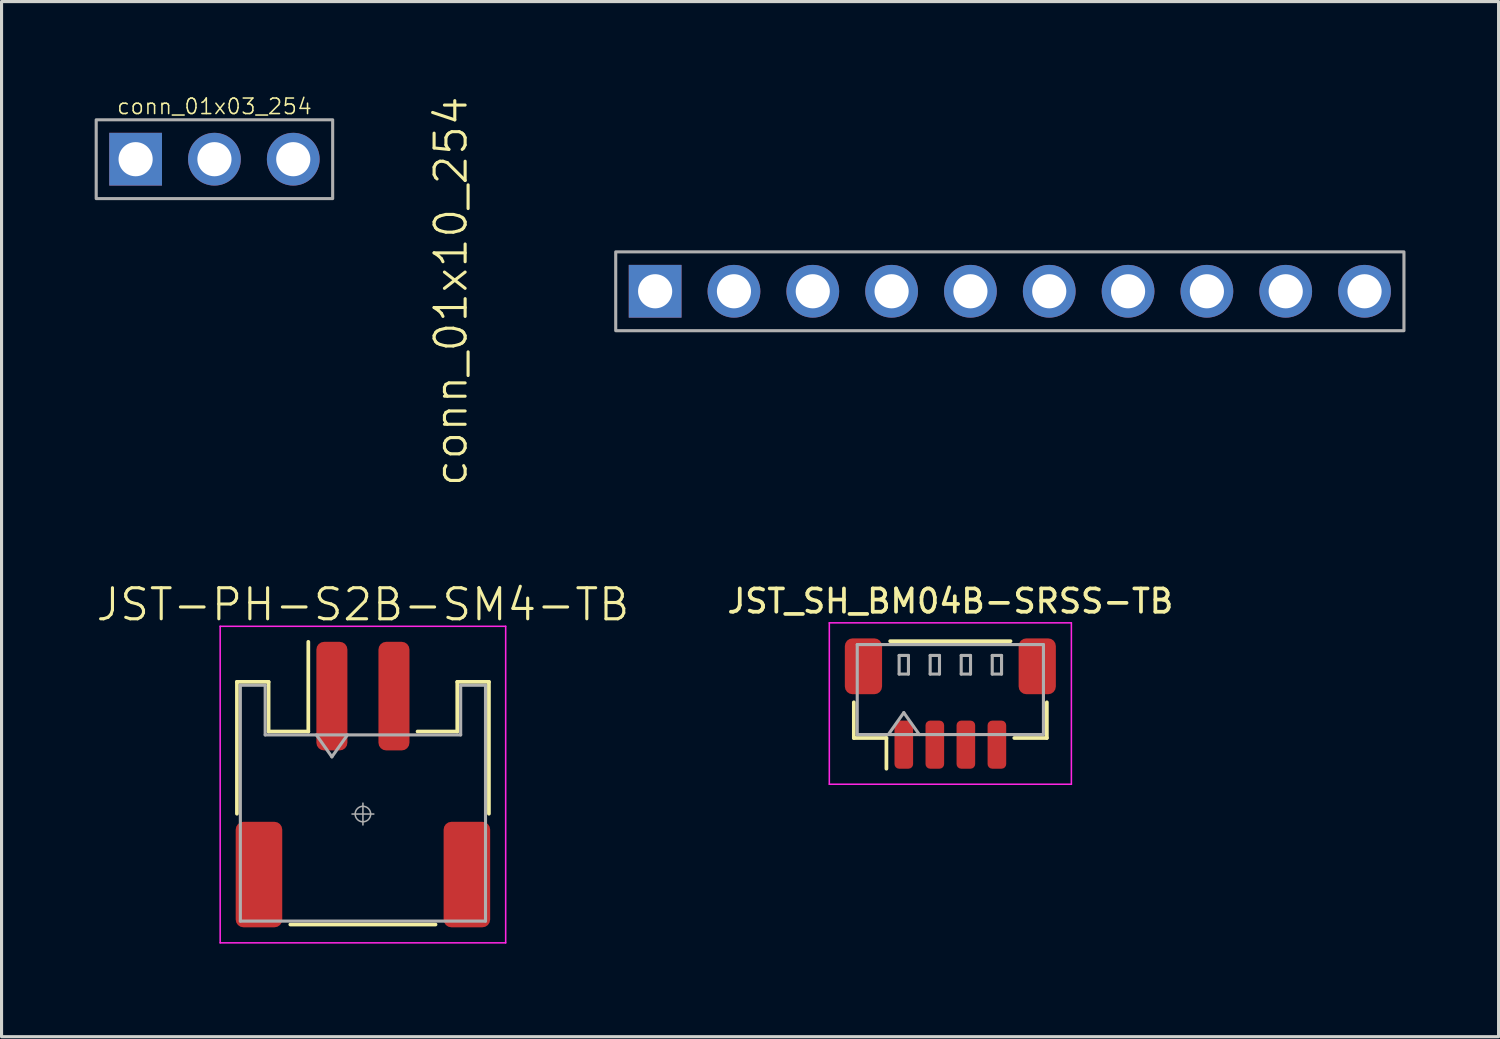
<source format=kicad_pcb>
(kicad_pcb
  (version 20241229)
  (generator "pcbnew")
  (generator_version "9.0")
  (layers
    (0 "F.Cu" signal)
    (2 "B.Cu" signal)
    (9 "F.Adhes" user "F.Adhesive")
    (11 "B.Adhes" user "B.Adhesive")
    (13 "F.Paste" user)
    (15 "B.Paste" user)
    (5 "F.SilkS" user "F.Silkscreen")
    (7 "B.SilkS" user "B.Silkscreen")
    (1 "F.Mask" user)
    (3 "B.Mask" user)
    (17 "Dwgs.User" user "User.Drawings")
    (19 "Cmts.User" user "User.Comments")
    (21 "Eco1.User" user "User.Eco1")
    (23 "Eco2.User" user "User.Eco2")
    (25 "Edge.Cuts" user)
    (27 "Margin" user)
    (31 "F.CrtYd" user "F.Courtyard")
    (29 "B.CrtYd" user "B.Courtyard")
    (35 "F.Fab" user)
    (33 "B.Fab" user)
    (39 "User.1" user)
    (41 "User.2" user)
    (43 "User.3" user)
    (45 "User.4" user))
  (footprint "JST_SH_BM04B-SRSS-TB"
    (layer "F.Cu")
    (at 27.574 19.621)
    (property "Reference" "JST_SH_BM04B-SRSS-TB" (at 0 -3.3 0) (layer "F.SilkS") (effects (font (size 0.75 0.75) (thickness 0.12))))
    (attr smd)
    (fp_line (start -3.11 -0.04) (end -3.11 1.11) (stroke (width 0.12) (type solid)) (layer "F.SilkS"))
    (fp_line (start -3.11 1.11) (end -2.06 1.11) (stroke (width 0.12) (type solid)) (layer "F.SilkS"))
    (fp_line (start -2.06 1.11) (end -2.06 2.1) (stroke (width 0.12) (type solid)) (layer "F.SilkS"))
    (fp_line (start -1.94 -2.01) (end 1.94 -2.01) (stroke (width 0.12) (type solid)) (layer "F.SilkS"))
    (fp_line (start 3.11 -0.04) (end 3.11 1.11) (stroke (width 0.12) (type solid)) (layer "F.SilkS"))
    (fp_line (start 3.11 1.11) (end 2.06 1.11) (stroke (width 0.12) (type solid)) (layer "F.SilkS"))
    (fp_line (start -3.9 -2.6) (end -3.9 2.6) (stroke (width 0.05) (type solid)) (layer "F.CrtYd"))
    (fp_line (start -3.9 2.6) (end 3.9 2.6) (stroke (width 0.05) (type solid)) (layer "F.CrtYd"))
    (fp_line (start 3.9 -2.6) (end -3.9 -2.6) (stroke (width 0.05) (type solid)) (layer "F.CrtYd"))
    (fp_line (start 3.9 2.6) (end 3.9 -2.6) (stroke (width 0.05) (type solid)) (layer "F.CrtYd"))
    (fp_line (start -3 -1.9) (end 3 -1.9) (stroke (width 0.1) (type solid)) (layer "F.Fab"))
    (fp_line (start -3 1) (end -3 -1.9) (stroke (width 0.1) (type solid)) (layer "F.Fab"))
    (fp_line (start -3 1) (end 3 1) (stroke (width 0.1) (type solid)) (layer "F.Fab"))
    (fp_line (start -2 1) (end -1.5 0.293) (stroke (width 0.1) (type solid)) (layer "F.Fab"))
    (fp_line (start -1.65 -1.55) (end -1.65 -0.95) (stroke (width 0.1) (type solid)) (layer "F.Fab"))
    (fp_line (start -1.65 -0.95) (end -1.35 -0.95) (stroke (width 0.1) (type solid)) (layer "F.Fab"))
    (fp_line (start -1.5 0.293) (end -1 1) (stroke (width 0.1) (type solid)) (layer "F.Fab"))
    (fp_line (start -1.35 -1.55) (end -1.65 -1.55) (stroke (width 0.1) (type solid)) (layer "F.Fab"))
    (fp_line (start -1.35 -0.95) (end -1.35 -1.55) (stroke (width 0.1) (type solid)) (layer "F.Fab"))
    (fp_line (start -0.65 -1.55) (end -0.65 -0.95) (stroke (width 0.1) (type solid)) (layer "F.Fab"))
    (fp_line (start -0.65 -0.95) (end -0.35 -0.95) (stroke (width 0.1) (type solid)) (layer "F.Fab"))
    (fp_line (start -0.35 -1.55) (end -0.65 -1.55) (stroke (width 0.1) (type solid)) (layer "F.Fab"))
    (fp_line (start -0.35 -0.95) (end -0.35 -1.55) (stroke (width 0.1) (type solid)) (layer "F.Fab"))
    (fp_line (start 0.35 -1.55) (end 0.35 -0.95) (stroke (width 0.1) (type solid)) (layer "F.Fab"))
    (fp_line (start 0.35 -0.95) (end 0.65 -0.95) (stroke (width 0.1) (type solid)) (layer "F.Fab"))
    (fp_line (start 0.65 -1.55) (end 0.35 -1.55) (stroke (width 0.1) (type solid)) (layer "F.Fab"))
    (fp_line (start 0.65 -0.95) (end 0.65 -1.55) (stroke (width 0.1) (type solid)) (layer "F.Fab"))
    (fp_line (start 1.35 -1.55) (end 1.35 -0.95) (stroke (width 0.1) (type solid)) (layer "F.Fab"))
    (fp_line (start 1.35 -0.95) (end 1.65 -0.95) (stroke (width 0.1) (type solid)) (layer "F.Fab"))
    (fp_line (start 1.65 -1.55) (end 1.35 -1.55) (stroke (width 0.1) (type solid)) (layer "F.Fab"))
    (fp_line (start 1.65 -0.95) (end 1.65 -1.55) (stroke (width 0.1) (type solid)) (layer "F.Fab"))
    (fp_line (start 3 1) (end 3 -1.9) (stroke (width 0.1) (type solid)) (layer "F.Fab"))
    (pad "1" smd roundrect (at -1.5 1.325) (size 0.6 1.55) (layers "F.Cu" "F.Mask" "F.Paste") (roundrect_rratio 0.25))
    (pad "2" smd roundrect (at -0.5 1.325) (size 0.6 1.55) (layers "F.Cu" "F.Mask" "F.Paste") (roundrect_rratio 0.25))
    (pad "3" smd roundrect (at 0.5 1.325) (size 0.6 1.55) (layers "F.Cu" "F.Mask" "F.Paste") (roundrect_rratio 0.25))
    (pad "4" smd roundrect (at 1.5 1.325) (size 0.6 1.55) (layers "F.Cu" "F.Mask" "F.Paste") (roundrect_rratio 0.25))
    (pad "MP" smd roundrect (at -2.8 -1.2) (size 1.2 1.8) (layers "F.Cu" "F.Mask" "F.Paste") (roundrect_rratio 0.208))
    (pad "MP" smd roundrect (at 2.8 -1.2) (size 1.2 1.8) (layers "F.Cu" "F.Mask" "F.Paste") (roundrect_rratio 0.208)))
  (footprint "conn_01x10_254"
    (layer "F.Cu")
    (at 29.491 6.336)
    (property "Reference" "conn_01x10_254" (at -18.01 0 90) (unlocked yes) (layer "F.SilkS") (effects (font (size 1 1) (thickness 0.1))))
    (attr through_hole)
    (fp_rect (start -12.7 -1.27) (end 12.7 1.27) (stroke (width 0.1) (type default)) (fill no) (layer "F.Fab"))
    (pad "1" thru_hole rect (at -11.43 0 90) (size 1.7 1.7) (drill 1.1) (layers "*.Cu" "*.Mask"))
    (pad "2" thru_hole circle (at -8.89 0 90) (size 1.7 1.7) (drill 1.1) (layers "*.Cu" "*.Mask"))
    (pad "3" thru_hole circle (at -6.35 0 90) (size 1.7 1.7) (drill 1.1) (layers "*.Cu" "*.Mask"))
    (pad "4" thru_hole circle (at -3.81 0 90) (size 1.7 1.7) (drill 1.1) (layers "*.Cu" "*.Mask"))
    (pad "5" thru_hole circle (at -1.27 0 90) (size 1.7 1.7) (drill 1.1) (layers "*.Cu" "*.Mask"))
    (pad "6" thru_hole circle (at 1.27 0 90) (size 1.7 1.7) (drill 1.1) (layers "*.Cu" "*.Mask"))
    (pad "7" thru_hole circle (at 3.81 0 90) (size 1.7 1.7) (drill 1.1) (layers "*.Cu" "*.Mask"))
    (pad "8" thru_hole circle (at 6.35 0 90) (size 1.7 1.7) (drill 1.1) (layers "*.Cu" "*.Mask"))
    (pad "9" thru_hole circle (at 8.89 0 90) (size 1.7 1.7) (drill 1.1) (layers "*.Cu" "*.Mask"))
    (pad "10" thru_hole circle (at 11.43 0 90) (size 1.7 1.7) (drill 1.1) (layers "*.Cu" "*.Mask")))
  (footprint "conn_01x03_254"
    (layer "F.Cu")
    (at 3.86 2.08)
    (property "Reference" "conn_01x03_254" (at 0 -1.7 0) (unlocked yes) (layer "F.SilkS") (effects (font (size 0.5 0.5) (thickness 0.05))))
    (attr through_hole)
    (fp_rect (start -3.81 -1.27) (end 3.81 1.27) (stroke (width 0.1) (type default)) (fill no) (layer "F.Fab"))
    (pad "1" thru_hole rect (at -2.54 0) (size 1.7 1.7) (drill 1.1) (layers "*.Cu" "*.Mask"))
    (pad "2" thru_hole circle (at 0 0) (size 1.7 1.7) (drill 1.1) (layers "*.Cu" "*.Mask"))
    (pad "3" thru_hole circle (at 2.54 0) (size 1.7 1.7) (drill 1.1) (layers "*.Cu" "*.Mask")))
  (footprint "JST-PH-S2B-SM4-TB"
    (layer "F.Cu")
    (at 8.645 23.182)
    (property "Reference" "JST-PH-S2B-SM4-TB" (at 0 -6.75 0) (unlocked yes) (layer "F.SilkS") (effects (font (size 1 1) (thickness 0.1))))
    (attr smd)
    (fp_line (start -4.06 -4.26) (end -3.04 -4.26) (stroke (width 0.12) (type solid)) (layer "F.SilkS"))
    (fp_line (start -4.06 -0.01) (end -4.06 -4.26) (stroke (width 0.12) (type solid)) (layer "F.SilkS"))
    (fp_line (start -3.04 -4.26) (end -3.04 -2.66) (stroke (width 0.12) (type solid)) (layer "F.SilkS"))
    (fp_line (start -3.04 -2.66) (end -1.76 -2.66) (stroke (width 0.12) (type solid)) (layer "F.SilkS"))
    (fp_line (start -2.34 3.56) (end 2.34 3.56) (stroke (width 0.12) (type solid)) (layer "F.SilkS"))
    (fp_line (start -1.76 -2.66) (end -1.76 -5.55) (stroke (width 0.12) (type solid)) (layer "F.SilkS"))
    (fp_line (start 3.04 -4.26) (end 3.04 -2.66) (stroke (width 0.12) (type solid)) (layer "F.SilkS"))
    (fp_line (start 3.04 -2.66) (end 1.76 -2.66) (stroke (width 0.12) (type solid)) (layer "F.SilkS"))
    (fp_line (start 4.06 -4.26) (end 3.04 -4.26) (stroke (width 0.12) (type solid)) (layer "F.SilkS"))
    (fp_line (start 4.06 -0.01) (end 4.06 -4.26) (stroke (width 0.12) (type solid)) (layer "F.SilkS"))
    (fp_line (start -4.6 -6.05) (end -4.6 4.15) (stroke (width 0.05) (type solid)) (layer "F.CrtYd"))
    (fp_line (start -4.6 4.15) (end 4.6 4.15) (stroke (width 0.05) (type solid)) (layer "F.CrtYd"))
    (fp_line (start 4.6 -6.05) (end -4.6 -6.05) (stroke (width 0.05) (type solid)) (layer "F.CrtYd"))
    (fp_line (start 4.6 4.15) (end 4.6 -6.05) (stroke (width 0.05) (type solid)) (layer "F.CrtYd"))
    (fp_line (start -3.95 -4.15) (end -3.95 3.45) (stroke (width 0.1) (type solid)) (layer "F.Fab"))
    (fp_line (start -3.95 -4.15) (end -3.15 -4.15) (stroke (width 0.1) (type solid)) (layer "F.Fab"))
    (fp_line (start -3.95 3.45) (end 3.95 3.45) (stroke (width 0.1) (type solid)) (layer "F.Fab"))
    (fp_line (start -3.15 -4.15) (end -3.15 -2.55) (stroke (width 0.1) (type solid)) (layer "F.Fab"))
    (fp_line (start -3.15 -2.55) (end 3.15 -2.55) (stroke (width 0.1) (type solid)) (layer "F.Fab"))
    (fp_line (start -1.5 -2.55) (end -1 -1.843) (stroke (width 0.1) (type solid)) (layer "F.Fab"))
    (fp_line (start -1 -1.843) (end -0.5 -2.55) (stroke (width 0.1) (type solid)) (layer "F.Fab"))
    (fp_line (start -0.35 0) (end 0.35 0) (stroke (width 0.05) (type solid)) (layer "F.Fab"))
    (fp_line (start 0 -0.35) (end 0 0.35) (stroke (width 0.05) (type solid)) (layer "F.Fab"))
    (fp_line (start 3.15 -4.15) (end 3.95 -4.15) (stroke (width 0.1) (type solid)) (layer "F.Fab"))
    (fp_line (start 3.15 -2.55) (end 3.15 -4.15) (stroke (width 0.1) (type solid)) (layer "F.Fab"))
    (fp_line (start 3.95 -4.15) (end 3.95 3.45) (stroke (width 0.1) (type solid)) (layer "F.Fab"))
    (fp_circle (center 0 0) (end 0.25 0) (stroke (width 0.05) (type solid)) (fill no) (layer "F.Fab"))
    (pad "1" smd roundrect (at -1 -3.8) (size 1 3.5) (layers "F.Cu" "F.Mask" "F.Paste") (roundrect_rratio 0.25))
    (pad "2" smd roundrect (at 1 -3.8) (size 1 3.5) (layers "F.Cu" "F.Mask" "F.Paste") (roundrect_rratio 0.25))
    (pad "MP" smd roundrect (at -3.35 1.95) (size 1.5 3.4) (layers "F.Cu" "F.Mask" "F.Paste") (roundrect_rratio 0.167))
    (pad "MP" smd roundrect (at 3.35 1.95) (size 1.5 3.4) (layers "F.Cu" "F.Mask" "F.Paste") (roundrect_rratio 0.167)))
  (gr_rect
    (start -3 -3)
    (end 45.24 30.357)
    (stroke (width 0.1) (type default))
    (fill no)
    (layer "Edge.Cuts")))
</source>
